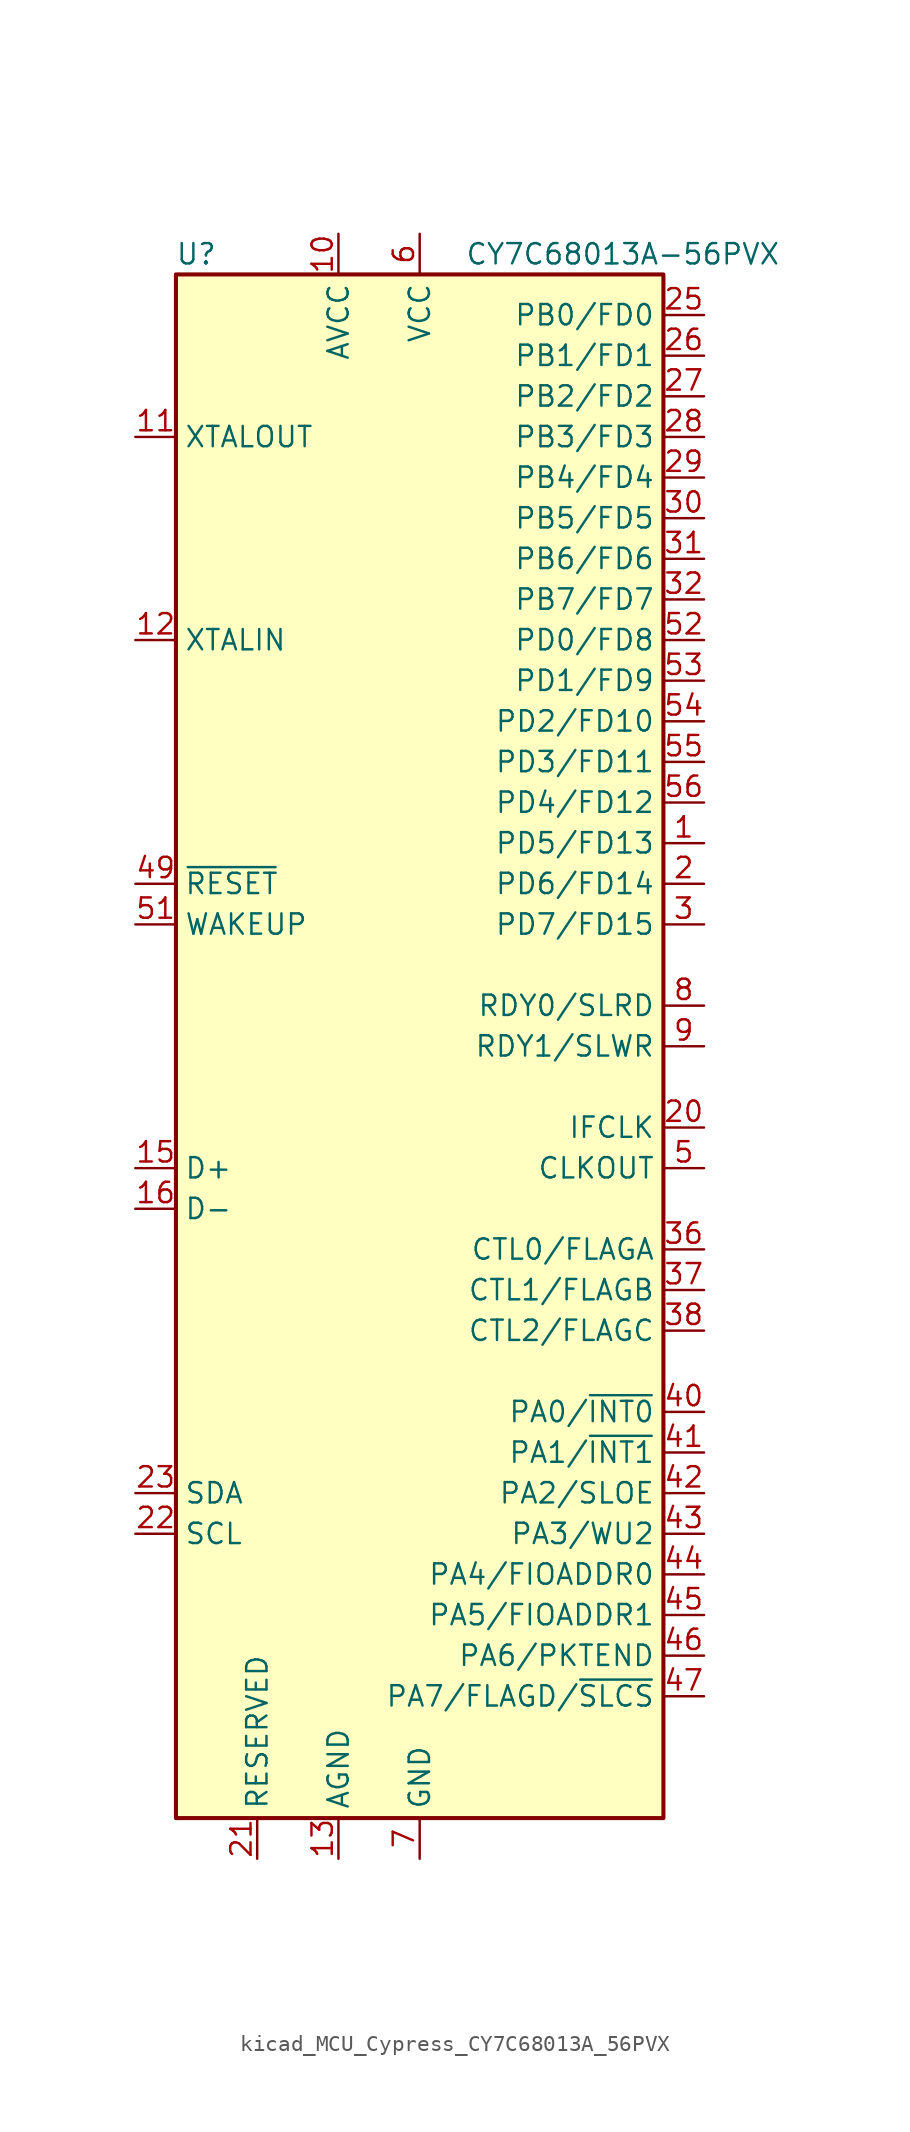
<source format=kicad_sym>
(kicad_symbol_lib
  (version 20220914)
  (generator kicad_symbol_editor)
  (symbol "kicad_MCU_Cypress_CY7C68013A_56PVX"
    (property "Reference" "U"
      (at -13.97 49.53 0)
      (effects (font (size 1.27 1.27))))
    (property "Value" "CY7C68013A-56PVX"
      (at 12.7 49.53 0)
      (effects (font (size 1.27 1.27))))
    (symbol "kicad_MCU_Cypress_CY7C68013A_56PVX_0_1"
      (rectangle (start 15.24 -48.26) (end -15.24 48.26) (stroke (width 0.254) (type default)) (fill (type background))))
    (symbol "kicad_MCU_Cypress_CY7C68013A_56PVX_1_1"
      (pin bidirectional line (at 17.78 12.7 180) (length 2.54) (name "PD5/FD13" (effects (font (size 1.27 1.27)))) (number "1" (effects (font (size 1.27 1.27)))))
      (pin power_in line (at -5.08 50.8 270) (length 2.54) (name "AVCC" (effects (font (size 1.27 1.27)))) (number "10" (effects (font (size 1.27 1.27)))))
      (pin output line (at -17.78 38.1 0) (length 2.54) (name "XTALOUT" (effects (font (size 1.27 1.27)))) (number "11" (effects (font (size 1.27 1.27)))))
      (pin input line (at -17.78 25.4 0) (length 2.54) (name "XTALIN" (effects (font (size 1.27 1.27)))) (number "12" (effects (font (size 1.27 1.27)))))
      (pin power_in line (at -5.08 -50.8 90) (length 2.54) (name "AGND" (effects (font (size 1.27 1.27)))) (number "13" (effects (font (size 1.27 1.27)))))
      (pin passive line (at -5.08 50.8 270) (length 2.54) hide (name "AVCC" (effects (font (size 1.27 1.27)))) (number "14" (effects (font (size 1.27 1.27)))))
      (pin bidirectional line (at -17.78 -7.62 0) (length 2.54) (name "D+" (effects (font (size 1.27 1.27)))) (number "15" (effects (font (size 1.27 1.27)))))
      (pin bidirectional line (at -17.78 -10.16 0) (length 2.54) (name "D-" (effects (font (size 1.27 1.27)))) (number "16" (effects (font (size 1.27 1.27)))))
      (pin passive line (at -5.08 -50.8 90) (length 2.54) hide (name "AGND" (effects (font (size 1.27 1.27)))) (number "17" (effects (font (size 1.27 1.27)))))
      (pin passive line (at 0 50.8 270) (length 2.54) hide (name "VCC" (effects (font (size 1.27 1.27)))) (number "18" (effects (font (size 1.27 1.27)))))
      (pin passive line (at 0 -50.8 90) (length 2.54) hide (name "GND" (effects (font (size 1.27 1.27)))) (number "19" (effects (font (size 1.27 1.27)))))
      (pin bidirectional line (at 17.78 10.16 180) (length 2.54) (name "PD6/FD14" (effects (font (size 1.27 1.27)))) (number "2" (effects (font (size 1.27 1.27)))))
      (pin bidirectional line (at 17.78 -5.08 180) (length 2.54) (name "IFCLK" (effects (font (size 1.27 1.27)))) (number "20" (effects (font (size 1.27 1.27)))))
      (pin input line (at -10.16 -50.8 90) (length 2.54) (name "RESERVED" (effects (font (size 1.27 1.27)))) (number "21" (effects (font (size 1.27 1.27)))))
      (pin input line (at -17.78 -30.48 0) (length 2.54) (name "SCL" (effects (font (size 1.27 1.27)))) (number "22" (effects (font (size 1.27 1.27)))))
      (pin bidirectional line (at -17.78 -27.94 0) (length 2.54) (name "SDA" (effects (font (size 1.27 1.27)))) (number "23" (effects (font (size 1.27 1.27)))))
      (pin passive line (at 0 50.8 270) (length 2.54) hide (name "VCC" (effects (font (size 1.27 1.27)))) (number "24" (effects (font (size 1.27 1.27)))))
      (pin bidirectional line (at 17.78 45.72 180) (length 2.54) (name "PB0/FD0" (effects (font (size 1.27 1.27)))) (number "25" (effects (font (size 1.27 1.27)))))
      (pin bidirectional line (at 17.78 43.18 180) (length 2.54) (name "PB1/FD1" (effects (font (size 1.27 1.27)))) (number "26" (effects (font (size 1.27 1.27)))))
      (pin bidirectional line (at 17.78 40.64 180) (length 2.54) (name "PB2/FD2" (effects (font (size 1.27 1.27)))) (number "27" (effects (font (size 1.27 1.27)))))
      (pin bidirectional line (at 17.78 38.1 180) (length 2.54) (name "PB3/FD3" (effects (font (size 1.27 1.27)))) (number "28" (effects (font (size 1.27 1.27)))))
      (pin bidirectional line (at 17.78 35.56 180) (length 2.54) (name "PB4/FD4" (effects (font (size 1.27 1.27)))) (number "29" (effects (font (size 1.27 1.27)))))
      (pin bidirectional line (at 17.78 7.62 180) (length 2.54) (name "PD7/FD15" (effects (font (size 1.27 1.27)))) (number "3" (effects (font (size 1.27 1.27)))))
      (pin bidirectional line (at 17.78 33.02 180) (length 2.54) (name "PB5/FD5" (effects (font (size 1.27 1.27)))) (number "30" (effects (font (size 1.27 1.27)))))
      (pin bidirectional line (at 17.78 30.48 180) (length 2.54) (name "PB6/FD6" (effects (font (size 1.27 1.27)))) (number "31" (effects (font (size 1.27 1.27)))))
      (pin bidirectional line (at 17.78 27.94 180) (length 2.54) (name "PB7/FD7" (effects (font (size 1.27 1.27)))) (number "32" (effects (font (size 1.27 1.27)))))
      (pin passive line (at 0 -50.8 90) (length 2.54) hide (name "GND" (effects (font (size 1.27 1.27)))) (number "33" (effects (font (size 1.27 1.27)))))
      (pin passive line (at 0 50.8 270) (length 2.54) hide (name "VCC" (effects (font (size 1.27 1.27)))) (number "34" (effects (font (size 1.27 1.27)))))
      (pin passive line (at 0 -50.8 90) (length 2.54) hide (name "GND" (effects (font (size 1.27 1.27)))) (number "35" (effects (font (size 1.27 1.27)))))
      (pin output line (at 17.78 -12.7 180) (length 2.54) (name "CTL0/FLAGA" (effects (font (size 1.27 1.27)))) (number "36" (effects (font (size 1.27 1.27)))))
      (pin output line (at 17.78 -15.24 180) (length 2.54) (name "CTL1/FLAGB" (effects (font (size 1.27 1.27)))) (number "37" (effects (font (size 1.27 1.27)))))
      (pin output line (at 17.78 -17.78 180) (length 2.54) (name "CTL2/FLAGC" (effects (font (size 1.27 1.27)))) (number "38" (effects (font (size 1.27 1.27)))))
      (pin passive line (at 0 50.8 270) (length 2.54) hide (name "VCC" (effects (font (size 1.27 1.27)))) (number "39" (effects (font (size 1.27 1.27)))))
      (pin passive line (at 0 -50.8 90) (length 2.54) hide (name "GND" (effects (font (size 1.27 1.27)))) (number "4" (effects (font (size 1.27 1.27)))))
      (pin bidirectional line (at 17.78 -22.86 180) (length 2.54) (name "PA0/~{INT0}" (effects (font (size 1.27 1.27)))) (number "40" (effects (font (size 1.27 1.27)))))
      (pin bidirectional line (at 17.78 -25.4 180) (length 2.54) (name "PA1/~{INT1}" (effects (font (size 1.27 1.27)))) (number "41" (effects (font (size 1.27 1.27)))))
      (pin bidirectional line (at 17.78 -27.94 180) (length 2.54) (name "PA2/SLOE" (effects (font (size 1.27 1.27)))) (number "42" (effects (font (size 1.27 1.27)))))
      (pin bidirectional line (at 17.78 -30.48 180) (length 2.54) (name "PA3/WU2" (effects (font (size 1.27 1.27)))) (number "43" (effects (font (size 1.27 1.27)))))
      (pin bidirectional line (at 17.78 -33.02 180) (length 2.54) (name "PA4/FIOADDR0" (effects (font (size 1.27 1.27)))) (number "44" (effects (font (size 1.27 1.27)))))
      (pin bidirectional line (at 17.78 -35.56 180) (length 2.54) (name "PA5/FIOADDR1" (effects (font (size 1.27 1.27)))) (number "45" (effects (font (size 1.27 1.27)))))
      (pin bidirectional line (at 17.78 -38.1 180) (length 2.54) (name "PA6/PKTEND" (effects (font (size 1.27 1.27)))) (number "46" (effects (font (size 1.27 1.27)))))
      (pin bidirectional line (at 17.78 -40.64 180) (length 2.54) (name "PA7/FLAGD/~{SLCS}" (effects (font (size 1.27 1.27)))) (number "47" (effects (font (size 1.27 1.27)))))
      (pin passive line (at 0 -50.8 90) (length 2.54) hide (name "GND" (effects (font (size 1.27 1.27)))) (number "48" (effects (font (size 1.27 1.27)))))
      (pin input line (at -17.78 10.16 0) (length 2.54) (name "~{RESET}" (effects (font (size 1.27 1.27)))) (number "49" (effects (font (size 1.27 1.27)))))
      (pin output line (at 17.78 -7.62 180) (length 2.54) (name "CLKOUT" (effects (font (size 1.27 1.27)))) (number "5" (effects (font (size 1.27 1.27)))))
      (pin passive line (at 0 50.8 270) (length 2.54) hide (name "VCC" (effects (font (size 1.27 1.27)))) (number "50" (effects (font (size 1.27 1.27)))))
      (pin input line (at -17.78 7.62 0) (length 2.54) (name "WAKEUP" (effects (font (size 1.27 1.27)))) (number "51" (effects (font (size 1.27 1.27)))))
      (pin bidirectional line (at 17.78 25.4 180) (length 2.54) (name "PD0/FD8" (effects (font (size 1.27 1.27)))) (number "52" (effects (font (size 1.27 1.27)))))
      (pin bidirectional line (at 17.78 22.86 180) (length 2.54) (name "PD1/FD9" (effects (font (size 1.27 1.27)))) (number "53" (effects (font (size 1.27 1.27)))))
      (pin bidirectional line (at 17.78 20.32 180) (length 2.54) (name "PD2/FD10" (effects (font (size 1.27 1.27)))) (number "54" (effects (font (size 1.27 1.27)))))
      (pin bidirectional line (at 17.78 17.78 180) (length 2.54) (name "PD3/FD11" (effects (font (size 1.27 1.27)))) (number "55" (effects (font (size 1.27 1.27)))))
      (pin bidirectional line (at 17.78 15.24 180) (length 2.54) (name "PD4/FD12" (effects (font (size 1.27 1.27)))) (number "56" (effects (font (size 1.27 1.27)))))
      (pin power_in line (at 0 50.8 270) (length 2.54) (name "VCC" (effects (font (size 1.27 1.27)))) (number "6" (effects (font (size 1.27 1.27)))))
      (pin power_in line (at 0 -50.8 90) (length 2.54) (name "GND" (effects (font (size 1.27 1.27)))) (number "7" (effects (font (size 1.27 1.27)))))
      (pin input line (at 17.78 2.54 180) (length 2.54) (name "RDY0/SLRD" (effects (font (size 1.27 1.27)))) (number "8" (effects (font (size 1.27 1.27)))))
      (pin input line (at 17.78 0 180) (length 2.54) (name "RDY1/SLWR" (effects (font (size 1.27 1.27)))) (number "9" (effects (font (size 1.27 1.27))))))))
</source>
